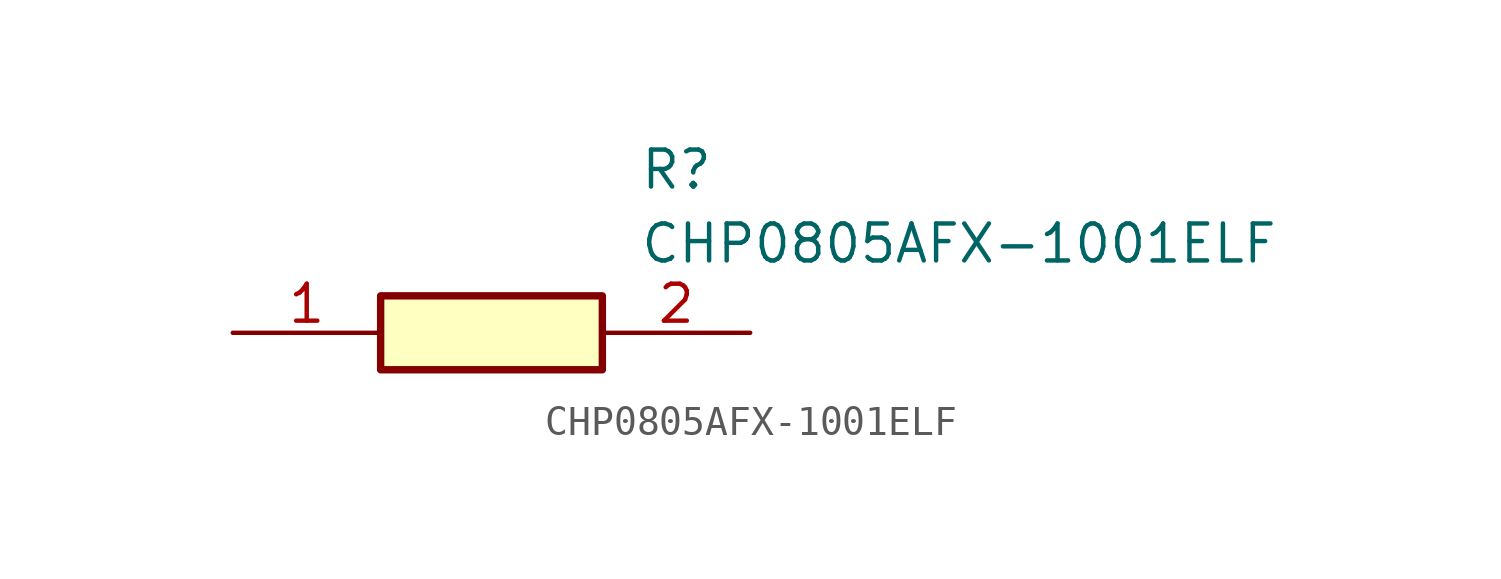
<source format=kicad_sym>
(kicad_symbol_lib
  (version 20211014)
  (generator SamacSys_ECAD_Model)
  (symbol "CHP0805AFX-1001ELF"
    (pin_names hide)
    (property "Reference" "R"
      (at 13.97 6.35 0)
      (effects (font (size 1.27 1.27)) (justify left top)))
    (property "Value" "CHP0805AFX-1001ELF"
      (at 13.97 3.81 0)
      (effects (font (size 1.27 1.27)) (justify left top)))
    (rectangle
      (start 5.08 1.27)
      (end 12.7 -1.27)
      (stroke (width 0.254) (type default))
      (fill (type background)))
    (pin passive line
      (at 0 0 0)
      (length 5.08)
      (name "1" (effects (font (size 1.27 1.27))))
      (number "1" (effects (font (size 1.27 1.27)))))
    (pin passive line
      (at 17.78 0 180)
      (length 5.08)
      (name "2" (effects (font (size 1.27 1.27))))
      (number "2" (effects (font (size 1.27 1.27)))))))
</source>
